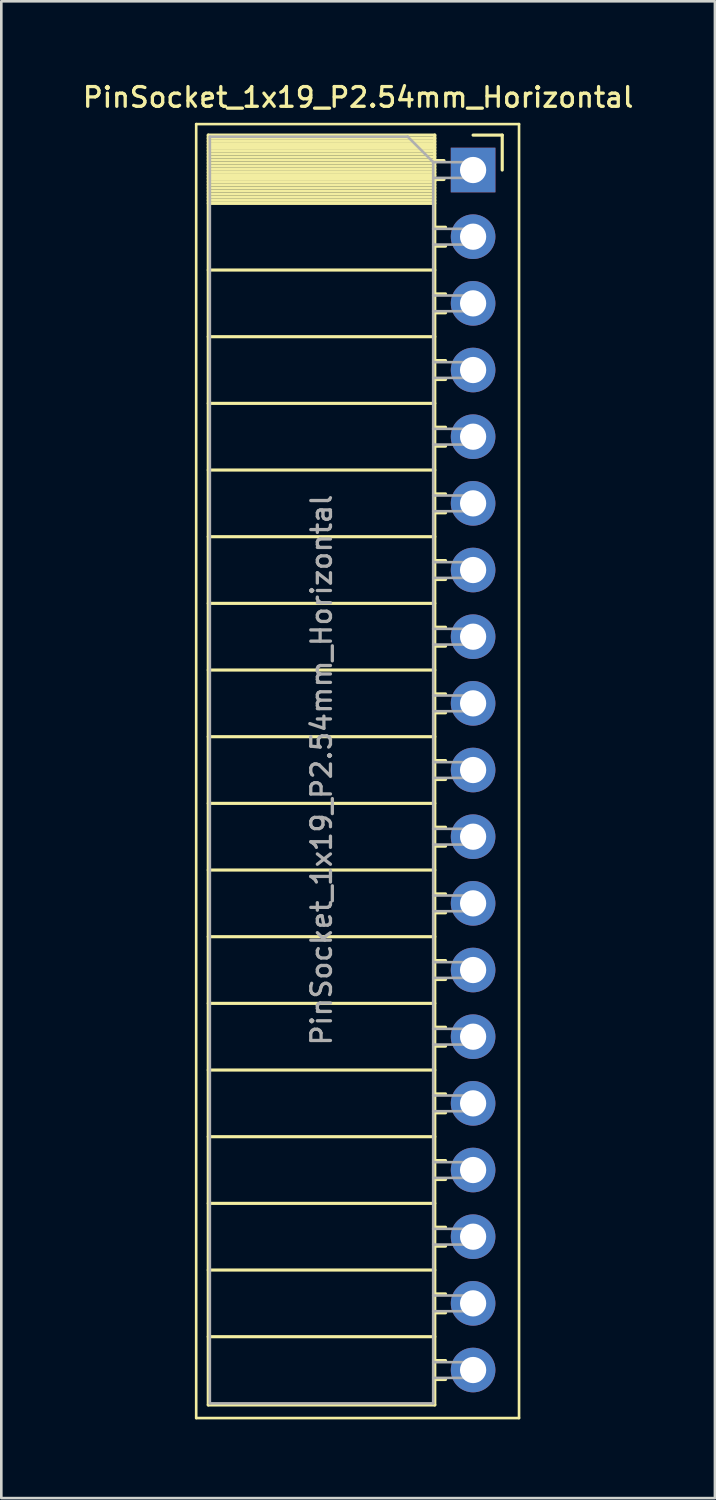
<source format=kicad_pcb>
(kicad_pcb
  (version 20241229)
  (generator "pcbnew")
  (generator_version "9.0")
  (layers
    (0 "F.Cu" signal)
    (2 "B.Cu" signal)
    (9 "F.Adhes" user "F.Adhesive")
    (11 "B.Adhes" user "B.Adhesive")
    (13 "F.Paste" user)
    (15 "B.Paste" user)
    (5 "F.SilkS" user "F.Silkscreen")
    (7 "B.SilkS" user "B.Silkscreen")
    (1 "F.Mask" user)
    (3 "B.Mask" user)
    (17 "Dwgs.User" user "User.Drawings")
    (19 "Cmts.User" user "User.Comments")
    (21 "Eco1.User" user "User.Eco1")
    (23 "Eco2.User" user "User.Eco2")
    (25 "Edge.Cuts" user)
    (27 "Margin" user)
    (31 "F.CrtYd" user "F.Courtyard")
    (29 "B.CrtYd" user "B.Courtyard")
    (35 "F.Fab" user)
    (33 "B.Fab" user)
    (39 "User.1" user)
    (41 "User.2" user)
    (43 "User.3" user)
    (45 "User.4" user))
  (footprint "PinSocket_1x19_P2.54mm_Horizontal"
    (layer "F.Cu")
    (at 14.975 3.428)
    (property "Reference" "PinSocket_1x19_P2.54mm_Horizontal" (at -4.38 -2.77 0) (layer "F.SilkS") (effects (font (size 0.75 0.75) (thickness 0.125))))
    (attr through_hole)
    (fp_line (start -10.55 -1.75) (end -10.55 47.55) (stroke (width 0.1) (type solid)) (layer "F.SilkS"))
    (fp_line (start -10.55 47.55) (end 1.75 47.55) (stroke (width 0.1) (type solid)) (layer "F.SilkS"))
    (fp_line (start -10.09 -1.33) (end -10.09 47.05) (stroke (width 0.12) (type solid)) (layer "F.SilkS"))
    (fp_line (start -10.09 -1.33) (end -1.46 -1.33) (stroke (width 0.12) (type solid)) (layer "F.SilkS"))
    (fp_line (start -10.09 -1.21) (end -1.46 -1.21) (stroke (width 0.12) (type solid)) (layer "F.SilkS"))
    (fp_line (start -10.09 -1.092) (end -1.46 -1.092) (stroke (width 0.12) (type solid)) (layer "F.SilkS"))
    (fp_line (start -10.09 -0.974) (end -1.46 -0.974) (stroke (width 0.12) (type solid)) (layer "F.SilkS"))
    (fp_line (start -10.09 -0.856) (end -1.46 -0.856) (stroke (width 0.12) (type solid)) (layer "F.SilkS"))
    (fp_line (start -10.09 -0.738) (end -1.46 -0.738) (stroke (width 0.12) (type solid)) (layer "F.SilkS"))
    (fp_line (start -10.09 -0.62) (end -1.46 -0.62) (stroke (width 0.12) (type solid)) (layer "F.SilkS"))
    (fp_line (start -10.09 -0.501) (end -1.46 -0.501) (stroke (width 0.12) (type solid)) (layer "F.SilkS"))
    (fp_line (start -10.09 -0.383) (end -1.46 -0.383) (stroke (width 0.12) (type solid)) (layer "F.SilkS"))
    (fp_line (start -10.09 -0.265) (end -1.46 -0.265) (stroke (width 0.12) (type solid)) (layer "F.SilkS"))
    (fp_line (start -10.09 -0.147) (end -1.46 -0.147) (stroke (width 0.12) (type solid)) (layer "F.SilkS"))
    (fp_line (start -10.09 -0.029) (end -1.46 -0.029) (stroke (width 0.12) (type solid)) (layer "F.SilkS"))
    (fp_line (start -10.09 0.089) (end -1.46 0.089) (stroke (width 0.12) (type solid)) (layer "F.SilkS"))
    (fp_line (start -10.09 0.207) (end -1.46 0.207) (stroke (width 0.12) (type solid)) (layer "F.SilkS"))
    (fp_line (start -10.09 0.325) (end -1.46 0.325) (stroke (width 0.12) (type solid)) (layer "F.SilkS"))
    (fp_line (start -10.09 0.443) (end -1.46 0.443) (stroke (width 0.12) (type solid)) (layer "F.SilkS"))
    (fp_line (start -10.09 0.561) (end -1.46 0.561) (stroke (width 0.12) (type solid)) (layer "F.SilkS"))
    (fp_line (start -10.09 0.68) (end -1.46 0.68) (stroke (width 0.12) (type solid)) (layer "F.SilkS"))
    (fp_line (start -10.09 0.798) (end -1.46 0.798) (stroke (width 0.12) (type solid)) (layer "F.SilkS"))
    (fp_line (start -10.09 0.916) (end -1.46 0.916) (stroke (width 0.12) (type solid)) (layer "F.SilkS"))
    (fp_line (start -10.09 1.034) (end -1.46 1.034) (stroke (width 0.12) (type solid)) (layer "F.SilkS"))
    (fp_line (start -10.09 1.152) (end -1.46 1.152) (stroke (width 0.12) (type solid)) (layer "F.SilkS"))
    (fp_line (start -10.09 1.27) (end -1.46 1.27) (stroke (width 0.12) (type solid)) (layer "F.SilkS"))
    (fp_line (start -10.09 3.81) (end -1.46 3.81) (stroke (width 0.12) (type solid)) (layer "F.SilkS"))
    (fp_line (start -10.09 6.35) (end -1.46 6.35) (stroke (width 0.12) (type solid)) (layer "F.SilkS"))
    (fp_line (start -10.09 8.89) (end -1.46 8.89) (stroke (width 0.12) (type solid)) (layer "F.SilkS"))
    (fp_line (start -10.09 11.43) (end -1.46 11.43) (stroke (width 0.12) (type solid)) (layer "F.SilkS"))
    (fp_line (start -10.09 13.97) (end -1.46 13.97) (stroke (width 0.12) (type solid)) (layer "F.SilkS"))
    (fp_line (start -10.09 16.51) (end -1.46 16.51) (stroke (width 0.12) (type solid)) (layer "F.SilkS"))
    (fp_line (start -10.09 19.05) (end -1.46 19.05) (stroke (width 0.12) (type solid)) (layer "F.SilkS"))
    (fp_line (start -10.09 21.59) (end -1.46 21.59) (stroke (width 0.12) (type solid)) (layer "F.SilkS"))
    (fp_line (start -10.09 24.13) (end -1.46 24.13) (stroke (width 0.12) (type solid)) (layer "F.SilkS"))
    (fp_line (start -10.09 26.67) (end -1.46 26.67) (stroke (width 0.12) (type solid)) (layer "F.SilkS"))
    (fp_line (start -10.09 29.21) (end -1.46 29.21) (stroke (width 0.12) (type solid)) (layer "F.SilkS"))
    (fp_line (start -10.09 31.75) (end -1.46 31.75) (stroke (width 0.12) (type solid)) (layer "F.SilkS"))
    (fp_line (start -10.09 34.29) (end -1.46 34.29) (stroke (width 0.12) (type solid)) (layer "F.SilkS"))
    (fp_line (start -10.09 36.83) (end -1.46 36.83) (stroke (width 0.12) (type solid)) (layer "F.SilkS"))
    (fp_line (start -10.09 39.37) (end -1.46 39.37) (stroke (width 0.12) (type solid)) (layer "F.SilkS"))
    (fp_line (start -10.09 41.91) (end -1.46 41.91) (stroke (width 0.12) (type solid)) (layer "F.SilkS"))
    (fp_line (start -10.09 44.45) (end -1.46 44.45) (stroke (width 0.12) (type solid)) (layer "F.SilkS"))
    (fp_line (start -10.09 47.05) (end -1.46 47.05) (stroke (width 0.12) (type solid)) (layer "F.SilkS"))
    (fp_line (start -1.46 -1.33) (end -1.46 47.05) (stroke (width 0.12) (type solid)) (layer "F.SilkS"))
    (fp_line (start -1.46 -0.36) (end -1.11 -0.36) (stroke (width 0.12) (type solid)) (layer "F.SilkS"))
    (fp_line (start -1.46 0.36) (end -1.11 0.36) (stroke (width 0.12) (type solid)) (layer "F.SilkS"))
    (fp_line (start -1.46 2.18) (end -1.05 2.18) (stroke (width 0.12) (type solid)) (layer "F.SilkS"))
    (fp_line (start -1.46 2.9) (end -1.05 2.9) (stroke (width 0.12) (type solid)) (layer "F.SilkS"))
    (fp_line (start -1.46 4.72) (end -1.05 4.72) (stroke (width 0.12) (type solid)) (layer "F.SilkS"))
    (fp_line (start -1.46 5.44) (end -1.05 5.44) (stroke (width 0.12) (type solid)) (layer "F.SilkS"))
    (fp_line (start -1.46 7.26) (end -1.05 7.26) (stroke (width 0.12) (type solid)) (layer "F.SilkS"))
    (fp_line (start -1.46 7.98) (end -1.05 7.98) (stroke (width 0.12) (type solid)) (layer "F.SilkS"))
    (fp_line (start -1.46 9.8) (end -1.05 9.8) (stroke (width 0.12) (type solid)) (layer "F.SilkS"))
    (fp_line (start -1.46 10.52) (end -1.05 10.52) (stroke (width 0.12) (type solid)) (layer "F.SilkS"))
    (fp_line (start -1.46 12.34) (end -1.05 12.34) (stroke (width 0.12) (type solid)) (layer "F.SilkS"))
    (fp_line (start -1.46 13.06) (end -1.05 13.06) (stroke (width 0.12) (type solid)) (layer "F.SilkS"))
    (fp_line (start -1.46 14.88) (end -1.05 14.88) (stroke (width 0.12) (type solid)) (layer "F.SilkS"))
    (fp_line (start -1.46 15.6) (end -1.05 15.6) (stroke (width 0.12) (type solid)) (layer "F.SilkS"))
    (fp_line (start -1.46 17.42) (end -1.05 17.42) (stroke (width 0.12) (type solid)) (layer "F.SilkS"))
    (fp_line (start -1.46 18.14) (end -1.05 18.14) (stroke (width 0.12) (type solid)) (layer "F.SilkS"))
    (fp_line (start -1.46 19.96) (end -1.05 19.96) (stroke (width 0.12) (type solid)) (layer "F.SilkS"))
    (fp_line (start -1.46 20.68) (end -1.05 20.68) (stroke (width 0.12) (type solid)) (layer "F.SilkS"))
    (fp_line (start -1.46 22.5) (end -1.05 22.5) (stroke (width 0.12) (type solid)) (layer "F.SilkS"))
    (fp_line (start -1.46 23.22) (end -1.05 23.22) (stroke (width 0.12) (type solid)) (layer "F.SilkS"))
    (fp_line (start -1.46 25.04) (end -1.05 25.04) (stroke (width 0.12) (type solid)) (layer "F.SilkS"))
    (fp_line (start -1.46 25.76) (end -1.05 25.76) (stroke (width 0.12) (type solid)) (layer "F.SilkS"))
    (fp_line (start -1.46 27.58) (end -1.05 27.58) (stroke (width 0.12) (type solid)) (layer "F.SilkS"))
    (fp_line (start -1.46 28.3) (end -1.05 28.3) (stroke (width 0.12) (type solid)) (layer "F.SilkS"))
    (fp_line (start -1.46 30.12) (end -1.05 30.12) (stroke (width 0.12) (type solid)) (layer "F.SilkS"))
    (fp_line (start -1.46 30.84) (end -1.05 30.84) (stroke (width 0.12) (type solid)) (layer "F.SilkS"))
    (fp_line (start -1.46 32.66) (end -1.05 32.66) (stroke (width 0.12) (type solid)) (layer "F.SilkS"))
    (fp_line (start -1.46 33.38) (end -1.05 33.38) (stroke (width 0.12) (type solid)) (layer "F.SilkS"))
    (fp_line (start -1.46 35.2) (end -1.05 35.2) (stroke (width 0.12) (type solid)) (layer "F.SilkS"))
    (fp_line (start -1.46 35.92) (end -1.05 35.92) (stroke (width 0.12) (type solid)) (layer "F.SilkS"))
    (fp_line (start -1.46 37.74) (end -1.05 37.74) (stroke (width 0.12) (type solid)) (layer "F.SilkS"))
    (fp_line (start -1.46 38.46) (end -1.05 38.46) (stroke (width 0.12) (type solid)) (layer "F.SilkS"))
    (fp_line (start -1.46 40.28) (end -1.05 40.28) (stroke (width 0.12) (type solid)) (layer "F.SilkS"))
    (fp_line (start -1.46 41) (end -1.05 41) (stroke (width 0.12) (type solid)) (layer "F.SilkS"))
    (fp_line (start -1.46 42.82) (end -1.05 42.82) (stroke (width 0.12) (type solid)) (layer "F.SilkS"))
    (fp_line (start -1.46 43.54) (end -1.05 43.54) (stroke (width 0.12) (type solid)) (layer "F.SilkS"))
    (fp_line (start -1.46 45.36) (end -1.05 45.36) (stroke (width 0.12) (type solid)) (layer "F.SilkS"))
    (fp_line (start -1.46 46.08) (end -1.05 46.08) (stroke (width 0.12) (type solid)) (layer "F.SilkS"))
    (fp_line (start 0 -1.33) (end 1.11 -1.33) (stroke (width 0.12) (type solid)) (layer "F.SilkS"))
    (fp_line (start 1.11 -1.33) (end 1.11 0) (stroke (width 0.12) (type solid)) (layer "F.SilkS"))
    (fp_line (start 1.75 -1.75) (end -10.55 -1.75) (stroke (width 0.1) (type solid)) (layer "F.SilkS"))
    (fp_line (start 1.75 47.55) (end 1.75 -1.75) (stroke (width 0.1) (type solid)) (layer "F.SilkS"))
    (fp_line (start -10.03 -1.27) (end -2.49 -1.27) (stroke (width 0.1) (type solid)) (layer "F.Fab"))
    (fp_line (start -10.03 46.99) (end -10.03 -1.27) (stroke (width 0.1) (type solid)) (layer "F.Fab"))
    (fp_line (start -2.49 -1.27) (end -1.52 -0.3) (stroke (width 0.1) (type solid)) (layer "F.Fab"))
    (fp_line (start -1.52 -0.3) (end -1.52 46.99) (stroke (width 0.1) (type solid)) (layer "F.Fab"))
    (fp_line (start -1.52 0.3) (end 0 0.3) (stroke (width 0.1) (type solid)) (layer "F.Fab"))
    (fp_line (start -1.52 2.84) (end 0 2.84) (stroke (width 0.1) (type solid)) (layer "F.Fab"))
    (fp_line (start -1.52 5.38) (end 0 5.38) (stroke (width 0.1) (type solid)) (layer "F.Fab"))
    (fp_line (start -1.52 7.92) (end 0 7.92) (stroke (width 0.1) (type solid)) (layer "F.Fab"))
    (fp_line (start -1.52 10.46) (end 0 10.46) (stroke (width 0.1) (type solid)) (layer "F.Fab"))
    (fp_line (start -1.52 13) (end 0 13) (stroke (width 0.1) (type solid)) (layer "F.Fab"))
    (fp_line (start -1.52 15.54) (end 0 15.54) (stroke (width 0.1) (type solid)) (layer "F.Fab"))
    (fp_line (start -1.52 18.08) (end 0 18.08) (stroke (width 0.1) (type solid)) (layer "F.Fab"))
    (fp_line (start -1.52 20.62) (end 0 20.62) (stroke (width 0.1) (type solid)) (layer "F.Fab"))
    (fp_line (start -1.52 23.16) (end 0 23.16) (stroke (width 0.1) (type solid)) (layer "F.Fab"))
    (fp_line (start -1.52 25.7) (end 0 25.7) (stroke (width 0.1) (type solid)) (layer "F.Fab"))
    (fp_line (start -1.52 28.24) (end 0 28.24) (stroke (width 0.1) (type solid)) (layer "F.Fab"))
    (fp_line (start -1.52 30.78) (end 0 30.78) (stroke (width 0.1) (type solid)) (layer "F.Fab"))
    (fp_line (start -1.52 33.32) (end 0 33.32) (stroke (width 0.1) (type solid)) (layer "F.Fab"))
    (fp_line (start -1.52 35.86) (end 0 35.86) (stroke (width 0.1) (type solid)) (layer "F.Fab"))
    (fp_line (start -1.52 38.4) (end 0 38.4) (stroke (width 0.1) (type solid)) (layer "F.Fab"))
    (fp_line (start -1.52 40.94) (end 0 40.94) (stroke (width 0.1) (type solid)) (layer "F.Fab"))
    (fp_line (start -1.52 43.48) (end 0 43.48) (stroke (width 0.1) (type solid)) (layer "F.Fab"))
    (fp_line (start -1.52 46.02) (end 0 46.02) (stroke (width 0.1) (type solid)) (layer "F.Fab"))
    (fp_line (start -1.52 46.99) (end -10.03 46.99) (stroke (width 0.1) (type solid)) (layer "F.Fab"))
    (fp_line (start 0 -0.3) (end -1.52 -0.3) (stroke (width 0.1) (type solid)) (layer "F.Fab"))
    (fp_line (start 0 0.3) (end 0 -0.3) (stroke (width 0.1) (type solid)) (layer "F.Fab"))
    (fp_line (start 0 2.24) (end -1.52 2.24) (stroke (width 0.1) (type solid)) (layer "F.Fab"))
    (fp_line (start 0 2.84) (end 0 2.24) (stroke (width 0.1) (type solid)) (layer "F.Fab"))
    (fp_line (start 0 4.78) (end -1.52 4.78) (stroke (width 0.1) (type solid)) (layer "F.Fab"))
    (fp_line (start 0 5.38) (end 0 4.78) (stroke (width 0.1) (type solid)) (layer "F.Fab"))
    (fp_line (start 0 7.32) (end -1.52 7.32) (stroke (width 0.1) (type solid)) (layer "F.Fab"))
    (fp_line (start 0 7.92) (end 0 7.32) (stroke (width 0.1) (type solid)) (layer "F.Fab"))
    (fp_line (start 0 9.86) (end -1.52 9.86) (stroke (width 0.1) (type solid)) (layer "F.Fab"))
    (fp_line (start 0 10.46) (end 0 9.86) (stroke (width 0.1) (type solid)) (layer "F.Fab"))
    (fp_line (start 0 12.4) (end -1.52 12.4) (stroke (width 0.1) (type solid)) (layer "F.Fab"))
    (fp_line (start 0 13) (end 0 12.4) (stroke (width 0.1) (type solid)) (layer "F.Fab"))
    (fp_line (start 0 14.94) (end -1.52 14.94) (stroke (width 0.1) (type solid)) (layer "F.Fab"))
    (fp_line (start 0 15.54) (end 0 14.94) (stroke (width 0.1) (type solid)) (layer "F.Fab"))
    (fp_line (start 0 17.48) (end -1.52 17.48) (stroke (width 0.1) (type solid)) (layer "F.Fab"))
    (fp_line (start 0 18.08) (end 0 17.48) (stroke (width 0.1) (type solid)) (layer "F.Fab"))
    (fp_line (start 0 20.02) (end -1.52 20.02) (stroke (width 0.1) (type solid)) (layer "F.Fab"))
    (fp_line (start 0 20.62) (end 0 20.02) (stroke (width 0.1) (type solid)) (layer "F.Fab"))
    (fp_line (start 0 22.56) (end -1.52 22.56) (stroke (width 0.1) (type solid)) (layer "F.Fab"))
    (fp_line (start 0 23.16) (end 0 22.56) (stroke (width 0.1) (type solid)) (layer "F.Fab"))
    (fp_line (start 0 25.1) (end -1.52 25.1) (stroke (width 0.1) (type solid)) (layer "F.Fab"))
    (fp_line (start 0 25.7) (end 0 25.1) (stroke (width 0.1) (type solid)) (layer "F.Fab"))
    (fp_line (start 0 27.64) (end -1.52 27.64) (stroke (width 0.1) (type solid)) (layer "F.Fab"))
    (fp_line (start 0 28.24) (end 0 27.64) (stroke (width 0.1) (type solid)) (layer "F.Fab"))
    (fp_line (start 0 30.18) (end -1.52 30.18) (stroke (width 0.1) (type solid)) (layer "F.Fab"))
    (fp_line (start 0 30.78) (end 0 30.18) (stroke (width 0.1) (type solid)) (layer "F.Fab"))
    (fp_line (start 0 32.72) (end -1.52 32.72) (stroke (width 0.1) (type solid)) (layer "F.Fab"))
    (fp_line (start 0 33.32) (end 0 32.72) (stroke (width 0.1) (type solid)) (layer "F.Fab"))
    (fp_line (start 0 35.26) (end -1.52 35.26) (stroke (width 0.1) (type solid)) (layer "F.Fab"))
    (fp_line (start 0 35.86) (end 0 35.26) (stroke (width 0.1) (type solid)) (layer "F.Fab"))
    (fp_line (start 0 37.8) (end -1.52 37.8) (stroke (width 0.1) (type solid)) (layer "F.Fab"))
    (fp_line (start 0 38.4) (end 0 37.8) (stroke (width 0.1) (type solid)) (layer "F.Fab"))
    (fp_line (start 0 40.34) (end -1.52 40.34) (stroke (width 0.1) (type solid)) (layer "F.Fab"))
    (fp_line (start 0 40.94) (end 0 40.34) (stroke (width 0.1) (type solid)) (layer "F.Fab"))
    (fp_line (start 0 42.88) (end -1.52 42.88) (stroke (width 0.1) (type solid)) (layer "F.Fab"))
    (fp_line (start 0 43.48) (end 0 42.88) (stroke (width 0.1) (type solid)) (layer "F.Fab"))
    (fp_line (start 0 45.42) (end -1.52 45.42) (stroke (width 0.1) (type solid)) (layer "F.Fab"))
    (fp_line (start 0 46.02) (end 0 45.42) (stroke (width 0.1) (type solid)) (layer "F.Fab"))
    (fp_text user "${REFERENCE}" (at -5.775 22.86 90) (layer "F.Fab") (effects (font (size 0.75 0.75) (thickness 0.125))))
    (pad "1" thru_hole rect (at 0 0) (size 1.7 1.7) (drill 1) (layers "*.Cu" "*.Mask"))
    (pad "2" thru_hole oval (at 0 2.54) (size 1.7 1.7) (drill 1) (layers "*.Cu" "*.Mask"))
    (pad "3" thru_hole oval (at 0 5.08) (size 1.7 1.7) (drill 1) (layers "*.Cu" "*.Mask"))
    (pad "4" thru_hole oval (at 0 7.62) (size 1.7 1.7) (drill 1) (layers "*.Cu" "*.Mask"))
    (pad "5" thru_hole oval (at 0 10.16) (size 1.7 1.7) (drill 1) (layers "*.Cu" "*.Mask"))
    (pad "6" thru_hole oval (at 0 12.7) (size 1.7 1.7) (drill 1) (layers "*.Cu" "*.Mask"))
    (pad "7" thru_hole oval (at 0 15.24) (size 1.7 1.7) (drill 1) (layers "*.Cu" "*.Mask"))
    (pad "8" thru_hole oval (at 0 17.78) (size 1.7 1.7) (drill 1) (layers "*.Cu" "*.Mask"))
    (pad "9" thru_hole oval (at 0 20.32) (size 1.7 1.7) (drill 1) (layers "*.Cu" "*.Mask"))
    (pad "10" thru_hole oval (at 0 22.86) (size 1.7 1.7) (drill 1) (layers "*.Cu" "*.Mask"))
    (pad "11" thru_hole oval (at 0 25.4) (size 1.7 1.7) (drill 1) (layers "*.Cu" "*.Mask"))
    (pad "12" thru_hole oval (at 0 27.94) (size 1.7 1.7) (drill 1) (layers "*.Cu" "*.Mask"))
    (pad "13" thru_hole oval (at 0 30.48) (size 1.7 1.7) (drill 1) (layers "*.Cu" "*.Mask"))
    (pad "14" thru_hole oval (at 0 33.02) (size 1.7 1.7) (drill 1) (layers "*.Cu" "*.Mask"))
    (pad "15" thru_hole oval (at 0 35.56) (size 1.7 1.7) (drill 1) (layers "*.Cu" "*.Mask"))
    (pad "16" thru_hole oval (at 0 38.1) (size 1.7 1.7) (drill 1) (layers "*.Cu" "*.Mask"))
    (pad "17" thru_hole oval (at 0 40.64) (size 1.7 1.7) (drill 1) (layers "*.Cu" "*.Mask"))
    (pad "18" thru_hole oval (at 0 43.18) (size 1.7 1.7) (drill 1) (layers "*.Cu" "*.Mask"))
    (pad "19" thru_hole oval (at 0 45.72) (size 1.7 1.7) (drill 1) (layers "*.Cu" "*.Mask")))
  (gr_rect
    (start -3 -3)
    (end 24.189 54.028)
    (stroke (width 0.1) (type default))
    (fill no)
    (layer "Edge.Cuts")))
</source>
